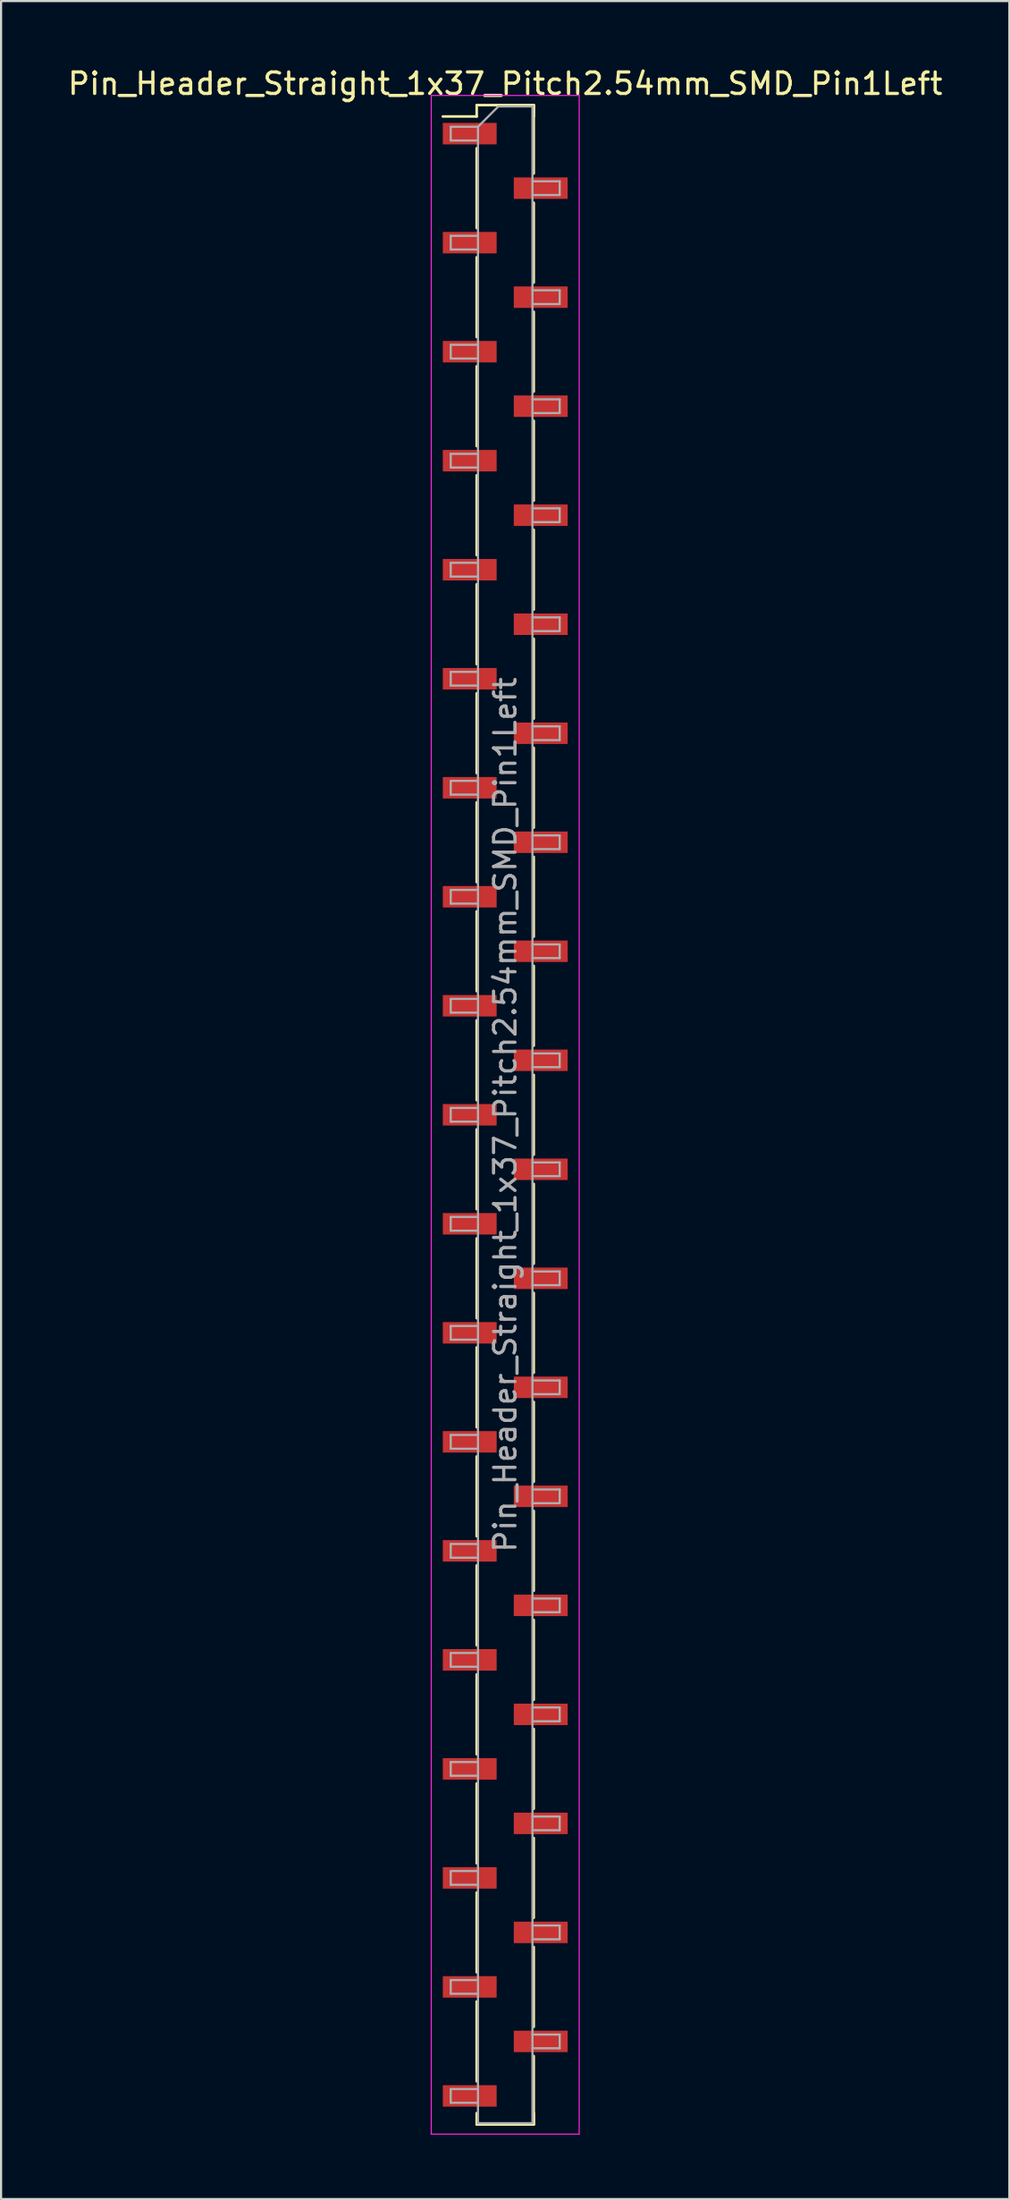
<source format=kicad_pcb>
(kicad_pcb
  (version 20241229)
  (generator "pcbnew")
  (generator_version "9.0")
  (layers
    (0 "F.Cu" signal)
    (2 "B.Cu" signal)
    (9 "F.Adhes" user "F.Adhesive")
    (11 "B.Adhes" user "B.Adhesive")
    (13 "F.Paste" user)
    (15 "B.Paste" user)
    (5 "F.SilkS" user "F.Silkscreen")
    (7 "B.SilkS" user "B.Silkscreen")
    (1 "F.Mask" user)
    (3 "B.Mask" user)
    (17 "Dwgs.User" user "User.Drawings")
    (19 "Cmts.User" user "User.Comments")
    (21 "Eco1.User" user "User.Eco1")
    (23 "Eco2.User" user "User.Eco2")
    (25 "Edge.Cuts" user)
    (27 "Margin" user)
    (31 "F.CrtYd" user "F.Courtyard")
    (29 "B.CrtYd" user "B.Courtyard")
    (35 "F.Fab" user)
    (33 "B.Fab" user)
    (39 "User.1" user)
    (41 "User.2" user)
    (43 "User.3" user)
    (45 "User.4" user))
  (footprint "Pin_Header_Straight_1x37_Pitch2.54mm_SMD_Pin1Left"
    (layer "F.Cu")
    (at 20.506 48.898)
    (property "Reference" "Pin_Header_Straight_1x37_Pitch2.54mm_SMD_Pin1Left" (at 0 -48.05 0) (layer "F.SilkS") (effects (font (size 1 1) (thickness 0.15))))
    (attr smd)
    (fp_line (start -1.33 -47.05) (end 1.33 -47.05) (stroke (width 0.12) (type solid)) (layer "F.SilkS"))
    (fp_line (start -1.33 -46.52) (end -2.91 -46.52) (stroke (width 0.12) (type solid)) (layer "F.SilkS"))
    (fp_line (start -1.33 -46.52) (end -1.33 -47.05) (stroke (width 0.12) (type solid)) (layer "F.SilkS"))
    (fp_line (start -1.33 -45.04) (end -1.33 -41.32) (stroke (width 0.12) (type solid)) (layer "F.SilkS"))
    (fp_line (start -1.33 -39.96) (end -1.33 -36.24) (stroke (width 0.12) (type solid)) (layer "F.SilkS"))
    (fp_line (start -1.33 -34.88) (end -1.33 -31.16) (stroke (width 0.12) (type solid)) (layer "F.SilkS"))
    (fp_line (start -1.33 -29.8) (end -1.33 -26.08) (stroke (width 0.12) (type solid)) (layer "F.SilkS"))
    (fp_line (start -1.33 -24.72) (end -1.33 -21) (stroke (width 0.12) (type solid)) (layer "F.SilkS"))
    (fp_line (start -1.33 -19.64) (end -1.33 -15.92) (stroke (width 0.12) (type solid)) (layer "F.SilkS"))
    (fp_line (start -1.33 -14.56) (end -1.33 -10.84) (stroke (width 0.12) (type solid)) (layer "F.SilkS"))
    (fp_line (start -1.33 -9.48) (end -1.33 -5.76) (stroke (width 0.12) (type solid)) (layer "F.SilkS"))
    (fp_line (start -1.33 -4.4) (end -1.33 -0.68) (stroke (width 0.12) (type solid)) (layer "F.SilkS"))
    (fp_line (start -1.33 0.68) (end -1.33 4.4) (stroke (width 0.12) (type solid)) (layer "F.SilkS"))
    (fp_line (start -1.33 5.76) (end -1.33 9.48) (stroke (width 0.12) (type solid)) (layer "F.SilkS"))
    (fp_line (start -1.33 10.84) (end -1.33 14.56) (stroke (width 0.12) (type solid)) (layer "F.SilkS"))
    (fp_line (start -1.33 15.92) (end -1.33 19.64) (stroke (width 0.12) (type solid)) (layer "F.SilkS"))
    (fp_line (start -1.33 21) (end -1.33 24.72) (stroke (width 0.12) (type solid)) (layer "F.SilkS"))
    (fp_line (start -1.33 26.08) (end -1.33 29.8) (stroke (width 0.12) (type solid)) (layer "F.SilkS"))
    (fp_line (start -1.33 31.16) (end -1.33 34.88) (stroke (width 0.12) (type solid)) (layer "F.SilkS"))
    (fp_line (start -1.33 36.24) (end -1.33 39.96) (stroke (width 0.12) (type solid)) (layer "F.SilkS"))
    (fp_line (start -1.33 41.32) (end -1.33 45.04) (stroke (width 0.12) (type solid)) (layer "F.SilkS"))
    (fp_line (start -1.33 46.52) (end -1.33 47.05) (stroke (width 0.12) (type solid)) (layer "F.SilkS"))
    (fp_line (start -1.33 47.05) (end 1.33 47.05) (stroke (width 0.12) (type solid)) (layer "F.SilkS"))
    (fp_line (start 1.33 -47.05) (end 1.33 -46.52) (stroke (width 0.12) (type solid)) (layer "F.SilkS"))
    (fp_line (start 1.33 -47.05) (end 1.33 -43.86) (stroke (width 0.12) (type solid)) (layer "F.SilkS"))
    (fp_line (start 1.33 -42.5) (end 1.33 -38.78) (stroke (width 0.12) (type solid)) (layer "F.SilkS"))
    (fp_line (start 1.33 -37.42) (end 1.33 -33.7) (stroke (width 0.12) (type solid)) (layer "F.SilkS"))
    (fp_line (start 1.33 -32.34) (end 1.33 -28.62) (stroke (width 0.12) (type solid)) (layer "F.SilkS"))
    (fp_line (start 1.33 -27.26) (end 1.33 -23.54) (stroke (width 0.12) (type solid)) (layer "F.SilkS"))
    (fp_line (start 1.33 -22.18) (end 1.33 -18.46) (stroke (width 0.12) (type solid)) (layer "F.SilkS"))
    (fp_line (start 1.33 -17.1) (end 1.33 -13.38) (stroke (width 0.12) (type solid)) (layer "F.SilkS"))
    (fp_line (start 1.33 -12.02) (end 1.33 -8.3) (stroke (width 0.12) (type solid)) (layer "F.SilkS"))
    (fp_line (start 1.33 -6.94) (end 1.33 -3.22) (stroke (width 0.12) (type solid)) (layer "F.SilkS"))
    (fp_line (start 1.33 -1.86) (end 1.33 1.86) (stroke (width 0.12) (type solid)) (layer "F.SilkS"))
    (fp_line (start 1.33 3.22) (end 1.33 6.94) (stroke (width 0.12) (type solid)) (layer "F.SilkS"))
    (fp_line (start 1.33 8.3) (end 1.33 12.02) (stroke (width 0.12) (type solid)) (layer "F.SilkS"))
    (fp_line (start 1.33 13.38) (end 1.33 17.1) (stroke (width 0.12) (type solid)) (layer "F.SilkS"))
    (fp_line (start 1.33 18.46) (end 1.33 22.18) (stroke (width 0.12) (type solid)) (layer "F.SilkS"))
    (fp_line (start 1.33 23.54) (end 1.33 27.26) (stroke (width 0.12) (type solid)) (layer "F.SilkS"))
    (fp_line (start 1.33 28.62) (end 1.33 32.34) (stroke (width 0.12) (type solid)) (layer "F.SilkS"))
    (fp_line (start 1.33 33.7) (end 1.33 37.42) (stroke (width 0.12) (type solid)) (layer "F.SilkS"))
    (fp_line (start 1.33 38.78) (end 1.33 42.5) (stroke (width 0.12) (type solid)) (layer "F.SilkS"))
    (fp_line (start 1.33 43.86) (end 1.33 47.05) (stroke (width 0.12) (type solid)) (layer "F.SilkS"))
    (fp_line (start 1.33 47.05) (end 1.33 46.52) (stroke (width 0.12) (type solid)) (layer "F.SilkS"))
    (fp_line (start -3.45 -47.5) (end -3.45 47.5) (stroke (width 0.05) (type solid)) (layer "F.CrtYd"))
    (fp_line (start -3.45 47.5) (end 3.45 47.5) (stroke (width 0.05) (type solid)) (layer "F.CrtYd"))
    (fp_line (start 3.45 -47.5) (end -3.45 -47.5) (stroke (width 0.05) (type solid)) (layer "F.CrtYd"))
    (fp_line (start 3.45 47.5) (end 3.45 -47.5) (stroke (width 0.05) (type solid)) (layer "F.CrtYd"))
    (fp_line (start -2.54 -46.04) (end -2.54 -45.4) (stroke (width 0.1) (type solid)) (layer "F.Fab"))
    (fp_line (start -2.54 -45.4) (end -1.27 -45.4) (stroke (width 0.1) (type solid)) (layer "F.Fab"))
    (fp_line (start -2.54 -40.96) (end -2.54 -40.32) (stroke (width 0.1) (type solid)) (layer "F.Fab"))
    (fp_line (start -2.54 -40.32) (end -1.27 -40.32) (stroke (width 0.1) (type solid)) (layer "F.Fab"))
    (fp_line (start -2.54 -35.88) (end -2.54 -35.24) (stroke (width 0.1) (type solid)) (layer "F.Fab"))
    (fp_line (start -2.54 -35.24) (end -1.27 -35.24) (stroke (width 0.1) (type solid)) (layer "F.Fab"))
    (fp_line (start -2.54 -30.8) (end -2.54 -30.16) (stroke (width 0.1) (type solid)) (layer "F.Fab"))
    (fp_line (start -2.54 -30.16) (end -1.27 -30.16) (stroke (width 0.1) (type solid)) (layer "F.Fab"))
    (fp_line (start -2.54 -25.72) (end -2.54 -25.08) (stroke (width 0.1) (type solid)) (layer "F.Fab"))
    (fp_line (start -2.54 -25.08) (end -1.27 -25.08) (stroke (width 0.1) (type solid)) (layer "F.Fab"))
    (fp_line (start -2.54 -20.64) (end -2.54 -20) (stroke (width 0.1) (type solid)) (layer "F.Fab"))
    (fp_line (start -2.54 -20) (end -1.27 -20) (stroke (width 0.1) (type solid)) (layer "F.Fab"))
    (fp_line (start -2.54 -15.56) (end -2.54 -14.92) (stroke (width 0.1) (type solid)) (layer "F.Fab"))
    (fp_line (start -2.54 -14.92) (end -1.27 -14.92) (stroke (width 0.1) (type solid)) (layer "F.Fab"))
    (fp_line (start -2.54 -10.48) (end -2.54 -9.84) (stroke (width 0.1) (type solid)) (layer "F.Fab"))
    (fp_line (start -2.54 -9.84) (end -1.27 -9.84) (stroke (width 0.1) (type solid)) (layer "F.Fab"))
    (fp_line (start -2.54 -5.4) (end -2.54 -4.76) (stroke (width 0.1) (type solid)) (layer "F.Fab"))
    (fp_line (start -2.54 -4.76) (end -1.27 -4.76) (stroke (width 0.1) (type solid)) (layer "F.Fab"))
    (fp_line (start -2.54 -0.32) (end -2.54 0.32) (stroke (width 0.1) (type solid)) (layer "F.Fab"))
    (fp_line (start -2.54 0.32) (end -1.27 0.32) (stroke (width 0.1) (type solid)) (layer "F.Fab"))
    (fp_line (start -2.54 4.76) (end -2.54 5.4) (stroke (width 0.1) (type solid)) (layer "F.Fab"))
    (fp_line (start -2.54 5.4) (end -1.27 5.4) (stroke (width 0.1) (type solid)) (layer "F.Fab"))
    (fp_line (start -2.54 9.84) (end -2.54 10.48) (stroke (width 0.1) (type solid)) (layer "F.Fab"))
    (fp_line (start -2.54 10.48) (end -1.27 10.48) (stroke (width 0.1) (type solid)) (layer "F.Fab"))
    (fp_line (start -2.54 14.92) (end -2.54 15.56) (stroke (width 0.1) (type solid)) (layer "F.Fab"))
    (fp_line (start -2.54 15.56) (end -1.27 15.56) (stroke (width 0.1) (type solid)) (layer "F.Fab"))
    (fp_line (start -2.54 20) (end -2.54 20.64) (stroke (width 0.1) (type solid)) (layer "F.Fab"))
    (fp_line (start -2.54 20.64) (end -1.27 20.64) (stroke (width 0.1) (type solid)) (layer "F.Fab"))
    (fp_line (start -2.54 25.08) (end -2.54 25.72) (stroke (width 0.1) (type solid)) (layer "F.Fab"))
    (fp_line (start -2.54 25.72) (end -1.27 25.72) (stroke (width 0.1) (type solid)) (layer "F.Fab"))
    (fp_line (start -2.54 30.16) (end -2.54 30.8) (stroke (width 0.1) (type solid)) (layer "F.Fab"))
    (fp_line (start -2.54 30.8) (end -1.27 30.8) (stroke (width 0.1) (type solid)) (layer "F.Fab"))
    (fp_line (start -2.54 35.24) (end -2.54 35.88) (stroke (width 0.1) (type solid)) (layer "F.Fab"))
    (fp_line (start -2.54 35.88) (end -1.27 35.88) (stroke (width 0.1) (type solid)) (layer "F.Fab"))
    (fp_line (start -2.54 40.32) (end -2.54 40.96) (stroke (width 0.1) (type solid)) (layer "F.Fab"))
    (fp_line (start -2.54 40.96) (end -1.27 40.96) (stroke (width 0.1) (type solid)) (layer "F.Fab"))
    (fp_line (start -2.54 45.4) (end -2.54 46.04) (stroke (width 0.1) (type solid)) (layer "F.Fab"))
    (fp_line (start -2.54 46.04) (end -1.27 46.04) (stroke (width 0.1) (type solid)) (layer "F.Fab"))
    (fp_line (start -1.27 -46.04) (end -2.54 -46.04) (stroke (width 0.1) (type solid)) (layer "F.Fab"))
    (fp_line (start -1.27 -46.04) (end -0.32 -46.99) (stroke (width 0.1) (type solid)) (layer "F.Fab"))
    (fp_line (start -1.27 -40.96) (end -2.54 -40.96) (stroke (width 0.1) (type solid)) (layer "F.Fab"))
    (fp_line (start -1.27 -35.88) (end -2.54 -35.88) (stroke (width 0.1) (type solid)) (layer "F.Fab"))
    (fp_line (start -1.27 -30.8) (end -2.54 -30.8) (stroke (width 0.1) (type solid)) (layer "F.Fab"))
    (fp_line (start -1.27 -25.72) (end -2.54 -25.72) (stroke (width 0.1) (type solid)) (layer "F.Fab"))
    (fp_line (start -1.27 -20.64) (end -2.54 -20.64) (stroke (width 0.1) (type solid)) (layer "F.Fab"))
    (fp_line (start -1.27 -15.56) (end -2.54 -15.56) (stroke (width 0.1) (type solid)) (layer "F.Fab"))
    (fp_line (start -1.27 -10.48) (end -2.54 -10.48) (stroke (width 0.1) (type solid)) (layer "F.Fab"))
    (fp_line (start -1.27 -5.4) (end -2.54 -5.4) (stroke (width 0.1) (type solid)) (layer "F.Fab"))
    (fp_line (start -1.27 -0.32) (end -2.54 -0.32) (stroke (width 0.1) (type solid)) (layer "F.Fab"))
    (fp_line (start -1.27 4.76) (end -2.54 4.76) (stroke (width 0.1) (type solid)) (layer "F.Fab"))
    (fp_line (start -1.27 9.84) (end -2.54 9.84) (stroke (width 0.1) (type solid)) (layer "F.Fab"))
    (fp_line (start -1.27 14.92) (end -2.54 14.92) (stroke (width 0.1) (type solid)) (layer "F.Fab"))
    (fp_line (start -1.27 20) (end -2.54 20) (stroke (width 0.1) (type solid)) (layer "F.Fab"))
    (fp_line (start -1.27 25.08) (end -2.54 25.08) (stroke (width 0.1) (type solid)) (layer "F.Fab"))
    (fp_line (start -1.27 30.16) (end -2.54 30.16) (stroke (width 0.1) (type solid)) (layer "F.Fab"))
    (fp_line (start -1.27 35.24) (end -2.54 35.24) (stroke (width 0.1) (type solid)) (layer "F.Fab"))
    (fp_line (start -1.27 40.32) (end -2.54 40.32) (stroke (width 0.1) (type solid)) (layer "F.Fab"))
    (fp_line (start -1.27 45.4) (end -2.54 45.4) (stroke (width 0.1) (type solid)) (layer "F.Fab"))
    (fp_line (start -1.27 46.99) (end -1.27 -46.04) (stroke (width 0.1) (type solid)) (layer "F.Fab"))
    (fp_line (start -0.32 -46.99) (end 1.27 -46.99) (stroke (width 0.1) (type solid)) (layer "F.Fab"))
    (fp_line (start 1.27 -46.99) (end 1.27 46.99) (stroke (width 0.1) (type solid)) (layer "F.Fab"))
    (fp_line (start 1.27 -43.5) (end 2.54 -43.5) (stroke (width 0.1) (type solid)) (layer "F.Fab"))
    (fp_line (start 1.27 -38.42) (end 2.54 -38.42) (stroke (width 0.1) (type solid)) (layer "F.Fab"))
    (fp_line (start 1.27 -33.34) (end 2.54 -33.34) (stroke (width 0.1) (type solid)) (layer "F.Fab"))
    (fp_line (start 1.27 -28.26) (end 2.54 -28.26) (stroke (width 0.1) (type solid)) (layer "F.Fab"))
    (fp_line (start 1.27 -23.18) (end 2.54 -23.18) (stroke (width 0.1) (type solid)) (layer "F.Fab"))
    (fp_line (start 1.27 -18.1) (end 2.54 -18.1) (stroke (width 0.1) (type solid)) (layer "F.Fab"))
    (fp_line (start 1.27 -13.02) (end 2.54 -13.02) (stroke (width 0.1) (type solid)) (layer "F.Fab"))
    (fp_line (start 1.27 -7.94) (end 2.54 -7.94) (stroke (width 0.1) (type solid)) (layer "F.Fab"))
    (fp_line (start 1.27 -2.86) (end 2.54 -2.86) (stroke (width 0.1) (type solid)) (layer "F.Fab"))
    (fp_line (start 1.27 2.22) (end 2.54 2.22) (stroke (width 0.1) (type solid)) (layer "F.Fab"))
    (fp_line (start 1.27 7.3) (end 2.54 7.3) (stroke (width 0.1) (type solid)) (layer "F.Fab"))
    (fp_line (start 1.27 12.38) (end 2.54 12.38) (stroke (width 0.1) (type solid)) (layer "F.Fab"))
    (fp_line (start 1.27 17.46) (end 2.54 17.46) (stroke (width 0.1) (type solid)) (layer "F.Fab"))
    (fp_line (start 1.27 22.54) (end 2.54 22.54) (stroke (width 0.1) (type solid)) (layer "F.Fab"))
    (fp_line (start 1.27 27.62) (end 2.54 27.62) (stroke (width 0.1) (type solid)) (layer "F.Fab"))
    (fp_line (start 1.27 32.7) (end 2.54 32.7) (stroke (width 0.1) (type solid)) (layer "F.Fab"))
    (fp_line (start 1.27 37.78) (end 2.54 37.78) (stroke (width 0.1) (type solid)) (layer "F.Fab"))
    (fp_line (start 1.27 42.86) (end 2.54 42.86) (stroke (width 0.1) (type solid)) (layer "F.Fab"))
    (fp_line (start 1.27 46.99) (end -1.27 46.99) (stroke (width 0.1) (type solid)) (layer "F.Fab"))
    (fp_line (start 2.54 -43.5) (end 2.54 -42.86) (stroke (width 0.1) (type solid)) (layer "F.Fab"))
    (fp_line (start 2.54 -42.86) (end 1.27 -42.86) (stroke (width 0.1) (type solid)) (layer "F.Fab"))
    (fp_line (start 2.54 -38.42) (end 2.54 -37.78) (stroke (width 0.1) (type solid)) (layer "F.Fab"))
    (fp_line (start 2.54 -37.78) (end 1.27 -37.78) (stroke (width 0.1) (type solid)) (layer "F.Fab"))
    (fp_line (start 2.54 -33.34) (end 2.54 -32.7) (stroke (width 0.1) (type solid)) (layer "F.Fab"))
    (fp_line (start 2.54 -32.7) (end 1.27 -32.7) (stroke (width 0.1) (type solid)) (layer "F.Fab"))
    (fp_line (start 2.54 -28.26) (end 2.54 -27.62) (stroke (width 0.1) (type solid)) (layer "F.Fab"))
    (fp_line (start 2.54 -27.62) (end 1.27 -27.62) (stroke (width 0.1) (type solid)) (layer "F.Fab"))
    (fp_line (start 2.54 -23.18) (end 2.54 -22.54) (stroke (width 0.1) (type solid)) (layer "F.Fab"))
    (fp_line (start 2.54 -22.54) (end 1.27 -22.54) (stroke (width 0.1) (type solid)) (layer "F.Fab"))
    (fp_line (start 2.54 -18.1) (end 2.54 -17.46) (stroke (width 0.1) (type solid)) (layer "F.Fab"))
    (fp_line (start 2.54 -17.46) (end 1.27 -17.46) (stroke (width 0.1) (type solid)) (layer "F.Fab"))
    (fp_line (start 2.54 -13.02) (end 2.54 -12.38) (stroke (width 0.1) (type solid)) (layer "F.Fab"))
    (fp_line (start 2.54 -12.38) (end 1.27 -12.38) (stroke (width 0.1) (type solid)) (layer "F.Fab"))
    (fp_line (start 2.54 -7.94) (end 2.54 -7.3) (stroke (width 0.1) (type solid)) (layer "F.Fab"))
    (fp_line (start 2.54 -7.3) (end 1.27 -7.3) (stroke (width 0.1) (type solid)) (layer "F.Fab"))
    (fp_line (start 2.54 -2.86) (end 2.54 -2.22) (stroke (width 0.1) (type solid)) (layer "F.Fab"))
    (fp_line (start 2.54 -2.22) (end 1.27 -2.22) (stroke (width 0.1) (type solid)) (layer "F.Fab"))
    (fp_line (start 2.54 2.22) (end 2.54 2.86) (stroke (width 0.1) (type solid)) (layer "F.Fab"))
    (fp_line (start 2.54 2.86) (end 1.27 2.86) (stroke (width 0.1) (type solid)) (layer "F.Fab"))
    (fp_line (start 2.54 7.3) (end 2.54 7.94) (stroke (width 0.1) (type solid)) (layer "F.Fab"))
    (fp_line (start 2.54 7.94) (end 1.27 7.94) (stroke (width 0.1) (type solid)) (layer "F.Fab"))
    (fp_line (start 2.54 12.38) (end 2.54 13.02) (stroke (width 0.1) (type solid)) (layer "F.Fab"))
    (fp_line (start 2.54 13.02) (end 1.27 13.02) (stroke (width 0.1) (type solid)) (layer "F.Fab"))
    (fp_line (start 2.54 17.46) (end 2.54 18.1) (stroke (width 0.1) (type solid)) (layer "F.Fab"))
    (fp_line (start 2.54 18.1) (end 1.27 18.1) (stroke (width 0.1) (type solid)) (layer "F.Fab"))
    (fp_line (start 2.54 22.54) (end 2.54 23.18) (stroke (width 0.1) (type solid)) (layer "F.Fab"))
    (fp_line (start 2.54 23.18) (end 1.27 23.18) (stroke (width 0.1) (type solid)) (layer "F.Fab"))
    (fp_line (start 2.54 27.62) (end 2.54 28.26) (stroke (width 0.1) (type solid)) (layer "F.Fab"))
    (fp_line (start 2.54 28.26) (end 1.27 28.26) (stroke (width 0.1) (type solid)) (layer "F.Fab"))
    (fp_line (start 2.54 32.7) (end 2.54 33.34) (stroke (width 0.1) (type solid)) (layer "F.Fab"))
    (fp_line (start 2.54 33.34) (end 1.27 33.34) (stroke (width 0.1) (type solid)) (layer "F.Fab"))
    (fp_line (start 2.54 37.78) (end 2.54 38.42) (stroke (width 0.1) (type solid)) (layer "F.Fab"))
    (fp_line (start 2.54 38.42) (end 1.27 38.42) (stroke (width 0.1) (type solid)) (layer "F.Fab"))
    (fp_line (start 2.54 42.86) (end 2.54 43.5) (stroke (width 0.1) (type solid)) (layer "F.Fab"))
    (fp_line (start 2.54 43.5) (end 1.27 43.5) (stroke (width 0.1) (type solid)) (layer "F.Fab"))
    (fp_text user "${REFERENCE}" (at 0 0 90) (layer "F.Fab") (effects (font (size 1 1) (thickness 0.15))))
    (pad "1" smd rect (at -1.655 -45.72) (size 2.51 1) (layers "F.Cu" "F.Mask" "F.Paste"))
    (pad "2" smd rect (at 1.655 -43.18) (size 2.51 1) (layers "F.Cu" "F.Mask" "F.Paste"))
    (pad "3" smd rect (at -1.655 -40.64) (size 2.51 1) (layers "F.Cu" "F.Mask" "F.Paste"))
    (pad "4" smd rect (at 1.655 -38.1) (size 2.51 1) (layers "F.Cu" "F.Mask" "F.Paste"))
    (pad "5" smd rect (at -1.655 -35.56) (size 2.51 1) (layers "F.Cu" "F.Mask" "F.Paste"))
    (pad "6" smd rect (at 1.655 -33.02) (size 2.51 1) (layers "F.Cu" "F.Mask" "F.Paste"))
    (pad "7" smd rect (at -1.655 -30.48) (size 2.51 1) (layers "F.Cu" "F.Mask" "F.Paste"))
    (pad "8" smd rect (at 1.655 -27.94) (size 2.51 1) (layers "F.Cu" "F.Mask" "F.Paste"))
    (pad "9" smd rect (at -1.655 -25.4) (size 2.51 1) (layers "F.Cu" "F.Mask" "F.Paste"))
    (pad "10" smd rect (at 1.655 -22.86) (size 2.51 1) (layers "F.Cu" "F.Mask" "F.Paste"))
    (pad "11" smd rect (at -1.655 -20.32) (size 2.51 1) (layers "F.Cu" "F.Mask" "F.Paste"))
    (pad "12" smd rect (at 1.655 -17.78) (size 2.51 1) (layers "F.Cu" "F.Mask" "F.Paste"))
    (pad "13" smd rect (at -1.655 -15.24) (size 2.51 1) (layers "F.Cu" "F.Mask" "F.Paste"))
    (pad "14" smd rect (at 1.655 -12.7) (size 2.51 1) (layers "F.Cu" "F.Mask" "F.Paste"))
    (pad "15" smd rect (at -1.655 -10.16) (size 2.51 1) (layers "F.Cu" "F.Mask" "F.Paste"))
    (pad "16" smd rect (at 1.655 -7.62) (size 2.51 1) (layers "F.Cu" "F.Mask" "F.Paste"))
    (pad "17" smd rect (at -1.655 -5.08) (size 2.51 1) (layers "F.Cu" "F.Mask" "F.Paste"))
    (pad "18" smd rect (at 1.655 -2.54) (size 2.51 1) (layers "F.Cu" "F.Mask" "F.Paste"))
    (pad "19" smd rect (at -1.655 0) (size 2.51 1) (layers "F.Cu" "F.Mask" "F.Paste"))
    (pad "20" smd rect (at 1.655 2.54) (size 2.51 1) (layers "F.Cu" "F.Mask" "F.Paste"))
    (pad "21" smd rect (at -1.655 5.08) (size 2.51 1) (layers "F.Cu" "F.Mask" "F.Paste"))
    (pad "22" smd rect (at 1.655 7.62) (size 2.51 1) (layers "F.Cu" "F.Mask" "F.Paste"))
    (pad "23" smd rect (at -1.655 10.16) (size 2.51 1) (layers "F.Cu" "F.Mask" "F.Paste"))
    (pad "24" smd rect (at 1.655 12.7) (size 2.51 1) (layers "F.Cu" "F.Mask" "F.Paste"))
    (pad "25" smd rect (at -1.655 15.24) (size 2.51 1) (layers "F.Cu" "F.Mask" "F.Paste"))
    (pad "26" smd rect (at 1.655 17.78) (size 2.51 1) (layers "F.Cu" "F.Mask" "F.Paste"))
    (pad "27" smd rect (at -1.655 20.32) (size 2.51 1) (layers "F.Cu" "F.Mask" "F.Paste"))
    (pad "28" smd rect (at 1.655 22.86) (size 2.51 1) (layers "F.Cu" "F.Mask" "F.Paste"))
    (pad "29" smd rect (at -1.655 25.4) (size 2.51 1) (layers "F.Cu" "F.Mask" "F.Paste"))
    (pad "30" smd rect (at 1.655 27.94) (size 2.51 1) (layers "F.Cu" "F.Mask" "F.Paste"))
    (pad "31" smd rect (at -1.655 30.48) (size 2.51 1) (layers "F.Cu" "F.Mask" "F.Paste"))
    (pad "32" smd rect (at 1.655 33.02) (size 2.51 1) (layers "F.Cu" "F.Mask" "F.Paste"))
    (pad "33" smd rect (at -1.655 35.56) (size 2.51 1) (layers "F.Cu" "F.Mask" "F.Paste"))
    (pad "34" smd rect (at 1.655 38.1) (size 2.51 1) (layers "F.Cu" "F.Mask" "F.Paste"))
    (pad "35" smd rect (at -1.655 40.64) (size 2.51 1) (layers "F.Cu" "F.Mask" "F.Paste"))
    (pad "36" smd rect (at 1.655 43.18) (size 2.51 1) (layers "F.Cu" "F.Mask" "F.Paste"))
    (pad "37" smd rect (at -1.655 45.72) (size 2.51 1) (layers "F.Cu" "F.Mask" "F.Paste")))
  (gr_rect
    (start -3 -3)
    (end 44.012 99.423)
    (stroke (width 0.1) (type default))
    (fill no)
    (layer "Edge.Cuts")))
</source>
